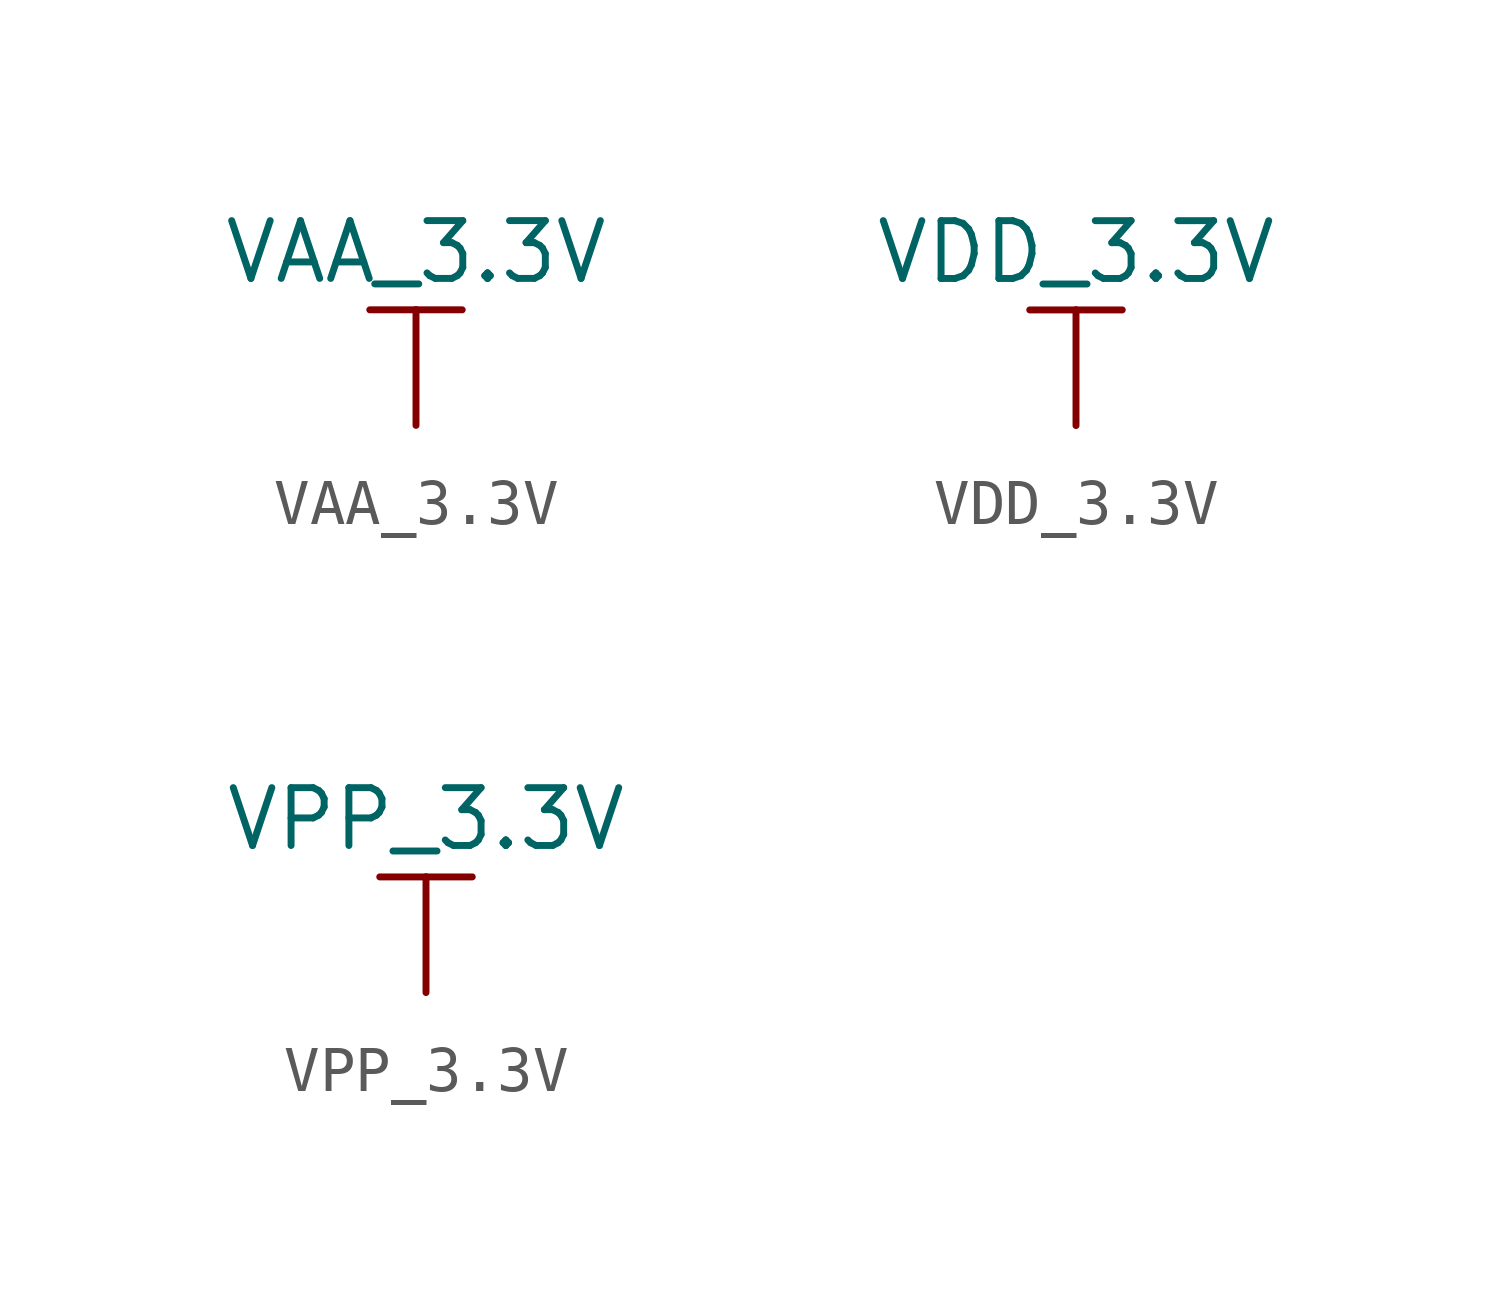
<source format=kicad_sym>
(kicad_symbol_lib
  (version 20211014)
  (generator kicad_symbol_editor)
  (symbol "VAA_3.3V"
    (power)
    (pin_names
      (offset 0))
    (property "Reference" "#PWR"
      (at 0 -3.81 0)
      (effects (font (size 1.27 1.27)) hide))
    (property "Value" "VAA_3.3V"
      (at 0 3.81 0)
      (effects (font (size 1.27 1.27))))
    (symbol "VAA_3.3V_0_1"
      (polyline (pts (xy -1.016 2.54) (xy 0 2.54)) (stroke (width 0) (type default) (color 0 0 0 0)) (fill (type none)))
      (polyline (pts (xy 0 0) (xy 0 2.54)) (stroke (width 0) (type default) (color 0 0 0 0)) (fill (type none)))
      (polyline (pts (xy 0 2.54) (xy 1.016 2.54)) (stroke (width 0) (type default) (color 0 0 0 0)) (fill (type none))))
    (symbol "VAA_3.3V_1_1"
      (pin power_in line (at 0 0 90) (length 0) hide (name "VAA_3_3V" (effects (font (size 1.27 1.27)))) (number "1" (effects (font (size 1.27 1.27)))))))
  (symbol "VDD_3.3V"
    (power)
    (pin_names
      (offset 0))
    (property "Reference" "#PWR"
      (at 0 -3.81 0)
      (effects (font (size 1.27 1.27)) hide))
    (property "Value" "VDD_3.3V"
      (at 0 3.81 0)
      (effects (font (size 1.27 1.27))))
    (symbol "VDD_3.3V_0_1"
      (polyline (pts (xy -1.016 2.54) (xy 0 2.54)) (stroke (width 0) (type default) (color 0 0 0 0)) (fill (type none)))
      (polyline (pts (xy 0 0) (xy 0 2.54)) (stroke (width 0) (type default) (color 0 0 0 0)) (fill (type none)))
      (polyline (pts (xy 0 2.54) (xy 1.016 2.54)) (stroke (width 0) (type default) (color 0 0 0 0)) (fill (type none))))
    (symbol "VDD_3.3V_1_1"
      (pin power_in line (at 0 0 90) (length 0) hide (name "VDD_3_3V" (effects (font (size 1.27 1.27)))) (number "1" (effects (font (size 1.27 1.27)))))))
  (symbol "VPP_3.3V"
    (power)
    (pin_names
      (offset 0))
    (property "Reference" "#PWR"
      (at 0 -3.81 0)
      (effects (font (size 1.27 1.27)) hide))
    (property "Value" "VPP_3.3V"
      (at 0 3.81 0)
      (effects (font (size 1.27 1.27))))
    (symbol "VPP_3.3V_0_1"
      (polyline (pts (xy -1.016 2.54) (xy 0 2.54)) (stroke (width 0) (type default) (color 0 0 0 0)) (fill (type none)))
      (polyline (pts (xy 0 0) (xy 0 2.54)) (stroke (width 0) (type default) (color 0 0 0 0)) (fill (type none)))
      (polyline (pts (xy 0 2.54) (xy 1.016 2.54)) (stroke (width 0) (type default) (color 0 0 0 0)) (fill (type none))))
    (symbol "VPP_3.3V_1_1"
      (pin power_in line (at 0 0 90) (length 0) hide (name "VPP_3_3V" (effects (font (size 1.27 1.27)))) (number "1" (effects (font (size 1.27 1.27))))))))
</source>
